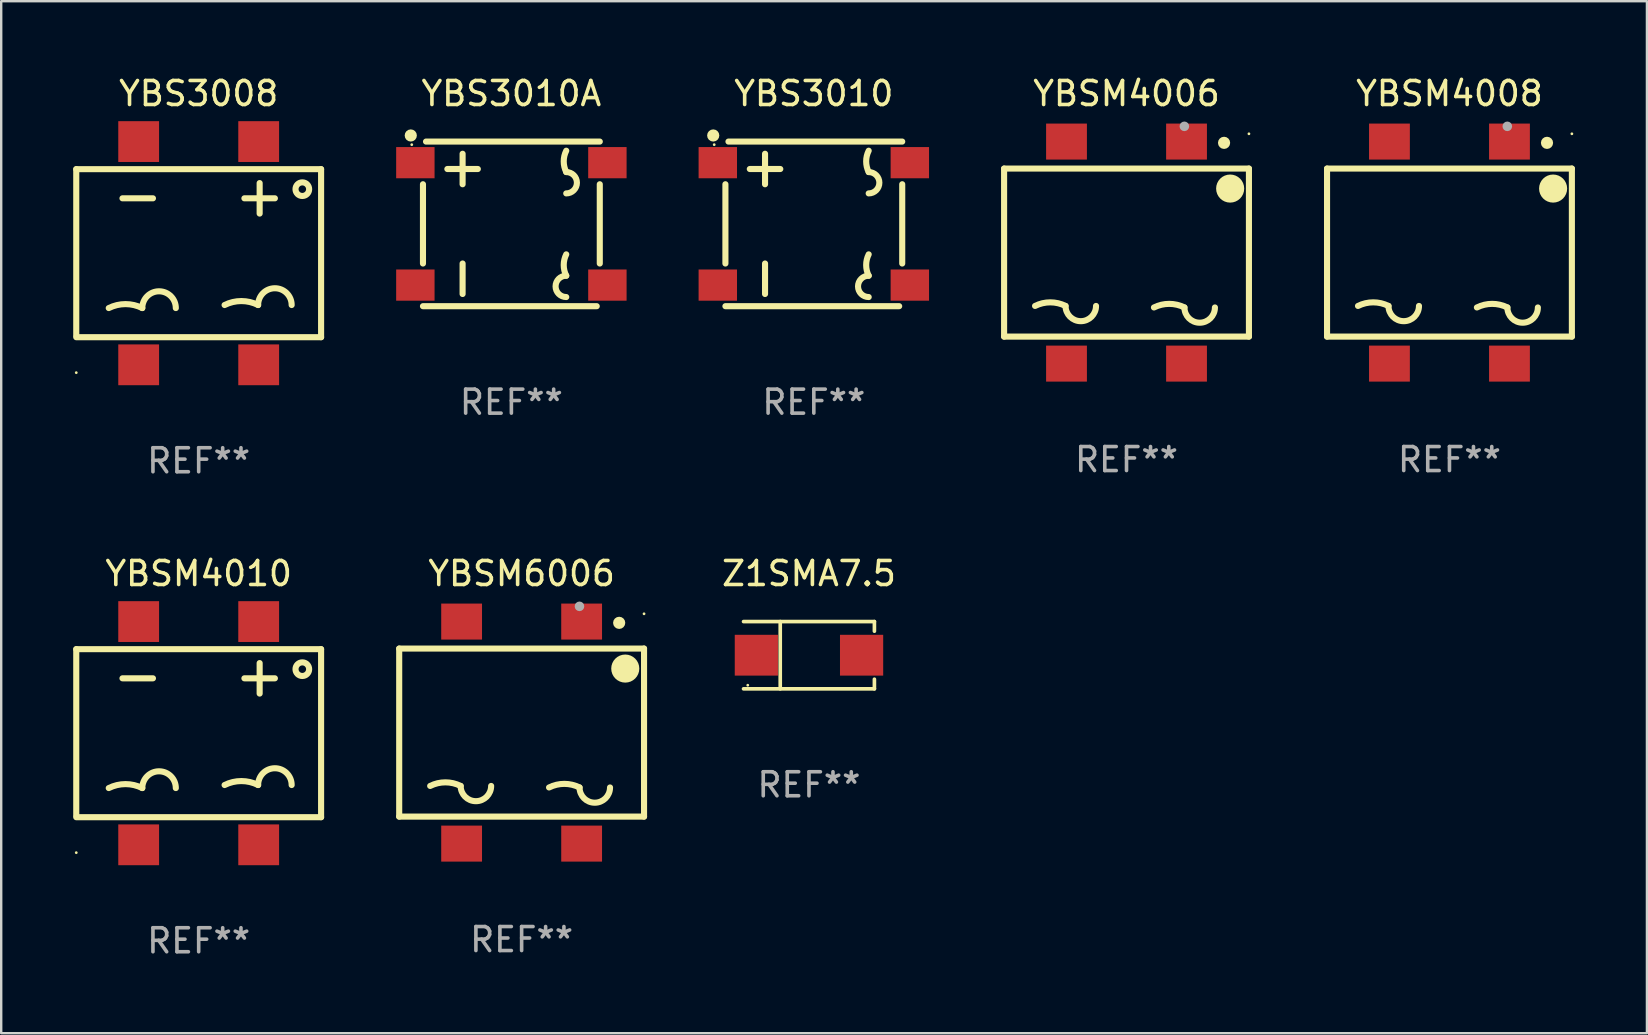
<source format=kicad_pcb>
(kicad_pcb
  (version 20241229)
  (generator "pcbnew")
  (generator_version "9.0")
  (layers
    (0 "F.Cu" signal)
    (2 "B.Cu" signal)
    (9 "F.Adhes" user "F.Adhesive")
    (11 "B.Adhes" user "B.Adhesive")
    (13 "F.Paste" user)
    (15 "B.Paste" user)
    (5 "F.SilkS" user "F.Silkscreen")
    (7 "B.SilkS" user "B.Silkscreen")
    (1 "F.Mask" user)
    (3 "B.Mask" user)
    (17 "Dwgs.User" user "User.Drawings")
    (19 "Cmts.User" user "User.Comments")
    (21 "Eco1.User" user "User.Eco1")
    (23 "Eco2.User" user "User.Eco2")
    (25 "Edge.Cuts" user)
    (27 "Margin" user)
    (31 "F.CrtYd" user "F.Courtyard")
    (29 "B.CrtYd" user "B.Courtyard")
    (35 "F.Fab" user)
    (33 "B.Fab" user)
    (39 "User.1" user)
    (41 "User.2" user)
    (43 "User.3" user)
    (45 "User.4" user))
  (footprint "Z1SMA7.5"
    (layer "F.Cu")
    (at 30.652 24.246)
    (property "Reference" "Z1SMA7.5" (at 0 -3.401 0) (layer "F.SilkS") (effects (font (size 1 1) (thickness 0.15))))
    (attr through_hole)
    (fp_line (start -2.726 -1.401) (end 2.726 -1.401) (stroke (width 0.152) (type solid)) (layer "F.SilkS"))
    (fp_line (start -2.726 1.401) (end 2.726 1.401) (stroke (width 0.152) (type solid)) (layer "F.SilkS"))
    (fp_line (start -1.197 -1.401) (end -1.197 1.401) (stroke (width 0.152) (type solid)) (layer "F.SilkS"))
    (fp_line (start 2.726 -1.401) (end 2.726 -1) (stroke (width 0.152) (type solid)) (layer "F.SilkS"))
    (fp_line (start 2.726 1.401) (end 2.726 1) (stroke (width 0.152) (type solid)) (layer "F.SilkS"))
    (fp_circle (center -2.55 1.25) (end -2.52 1.25) (stroke (width 0.06) (type solid)) (fill no) (layer "F.SilkS"))
    (fp_text user "REF**" (at 0 5.401 0) (layer "F.Fab") (effects (font (size 1 1) (thickness 0.15))))
    (pad "1" smd rect (at -2.192 0) (size 1.8 1.7) (layers "F.Cu" "F.Mask" "F.Paste"))
    (pad "2" smd rect (at 2.192 0) (size 1.8 1.7) (layers "F.Cu" "F.Mask" "F.Paste")))
  (footprint "YBS3010"
    (layer "F.Cu")
    (at 30.854 6.277)
    (property "Reference" "YBS3010" (at 0 -5.429 0) (layer "F.SilkS") (effects (font (size 1 1) (thickness 0.15))))
    (attr through_hole)
    (fp_line (start -3.683 1.651) (end -3.683 -1.651) (stroke (width 0.254) (type solid)) (layer "F.SilkS"))
    (fp_line (start -3.556 -3.429) (end 3.683 -3.429) (stroke (width 0.254) (type solid)) (layer "F.SilkS"))
    (fp_line (start -2.667 -2.286) (end -1.397 -2.286) (stroke (width 0.254) (type solid)) (layer "F.SilkS"))
    (fp_line (start -2.032 -1.651) (end -2.032 -2.921) (stroke (width 0.254) (type solid)) (layer "F.SilkS"))
    (fp_line (start -2.032 2.921) (end -2.032 1.651) (stroke (width 0.254) (type solid)) (layer "F.SilkS"))
    (fp_line (start 3.556 3.429) (end -3.683 3.429) (stroke (width 0.254) (type solid)) (layer "F.SilkS"))
    (fp_line (start 3.683 1.651) (end 3.683 -1.651) (stroke (width 0.254) (type solid)) (layer "F.SilkS"))
    (fp_arc (start 2.286005 -2.159005) (mid 2.181073 -2.603505) (end 2.286005 -3.048006) (stroke (width 0.254001) (type solid)) (layer "F.SilkS"))
    (fp_arc (start 2.286005 -2.159003) (mid 2.730505 -1.714503) (end 2.286005 -1.270003) (stroke (width 0.254001) (type solid)) (layer "F.SilkS"))
    (fp_arc (start 2.286005 2.159004) (mid 2.181072 1.714503) (end 2.286005 1.270003) (stroke (width 0.254001) (type solid)) (layer "F.SilkS"))
    (fp_arc (start 2.286005 3.048006) (mid 1.841504 2.603505) (end 2.286005 2.159004) (stroke (width 0.254001) (type solid)) (layer "F.SilkS"))
    (fp_circle (center -4.191 -3.683) (end -4.064 -3.683) (stroke (width 0.254) (type solid)) (fill no) (layer "F.SilkS"))
    (fp_circle (center -4.15 -3.3) (end -4.12 -3.3) (stroke (width 0.06) (type solid)) (fill no) (layer "F.SilkS"))
    (fp_text user "REF**" (at 0 7.429 0) (layer "F.Fab") (effects (font (size 1 1) (thickness 0.15))))
    (pad "1" smd rect (at -4 -2.55) (size 1.6 1.3) (layers "F.Cu" "F.Mask" "F.Paste"))
    (pad "2" smd rect (at 4 -2.55) (size 1.6 1.3) (layers "F.Cu" "F.Mask" "F.Paste"))
    (pad "3" smd rect (at -4 2.55) (size 1.6 1.3) (layers "F.Cu" "F.Mask" "F.Paste"))
    (pad "4" smd rect (at 4 2.55) (size 1.6 1.3) (layers "F.Cu" "F.Mask" "F.Paste")))
  (footprint "YBSM4006"
    (layer "F.Cu")
    (at 43.881 7.473)
    (property "Reference" "YBSM4006" (at 0 -6.625 0) (layer "F.SilkS") (effects (font (size 1 1) (thickness 0.15))))
    (attr through_hole)
    (fp_line (start -5.1 -3.5) (end -5.1 3.5) (stroke (width 0.254) (type solid)) (layer "F.SilkS"))
    (fp_line (start -5.1 -3.5) (end 5.1 -3.5) (stroke (width 0.254) (type solid)) (layer "F.SilkS"))
    (fp_line (start -5.1 3.5) (end 5.1 3.5) (stroke (width 0.254) (type solid)) (layer "F.SilkS"))
    (fp_line (start 5.1 -3.5) (end 5.1 3.5) (stroke (width 0.254) (type solid)) (layer "F.SilkS"))
    (fp_arc (start -3.810008 2.222454) (mid -3.175007 2.07255) (end -2.540006 2.222453) (stroke (width 0.254001) (type solid)) (layer "F.SilkS"))
    (fp_arc (start -1.270003 2.222454) (mid -1.905004 2.857455) (end -2.540005 2.222454) (stroke (width 0.254001) (type solid)) (layer "F.SilkS"))
    (fp_arc (start 1.143002 2.286005) (mid 1.778003 2.136101) (end 2.413004 2.286004) (stroke (width 0.254001) (type solid)) (layer "F.SilkS"))
    (fp_arc (start 3.683007 2.286005) (mid 3.048006 2.921006) (end 2.413005 2.286005) (stroke (width 0.254001) (type solid)) (layer "F.SilkS"))
    (fp_circle (center 4.064 -4.572) (end 4.191 -4.572) (stroke (width 0.254) (type solid)) (fill no) (layer "F.SilkS"))
    (fp_circle (center 4.318 -2.667) (end 4.445 -2.667) (stroke (width 0.254) (type solid)) (fill no) (layer "F.SilkS"))
    (fp_circle (center 4.318 -2.667) (end 4.602 -2.667) (stroke (width 0.254) (type solid)) (fill no) (layer "F.SilkS"))
    (fp_circle (center 4.318 -2.667) (end 4.776 -2.667) (stroke (width 0.254) (type solid)) (fill no) (layer "F.SilkS"))
    (fp_circle (center 5.1 -4.949) (end 5.13 -4.949) (stroke (width 0.06) (type solid)) (fill no) (layer "F.SilkS"))
    (fp_circle (center 2.41 -5.26) (end 2.51 -5.26) (stroke (width 0.2) (type solid)) (fill no) (layer "F.Fab"))
    (fp_text user "-" (at -3.302 -1.524 0) (layer "B.Mask") (effects (font (size 1 1) (thickness 0.15))))
    (fp_text user "+" (at 1.778 -1.524 0) (layer "B.Mask") (effects (font (size 1 1) (thickness 0.15))))
    (fp_text user "REF**" (at 0 8.625 0) (layer "F.Fab") (effects (font (size 1 1) (thickness 0.15))))
    (pad "1" smd rect (at 2.5 -4.625) (size 1.7 1.5) (layers "F.Cu" "F.Mask" "F.Paste"))
    (pad "2" smd rect (at -2.5 -4.625) (size 1.7 1.5) (layers "F.Cu" "F.Mask" "F.Paste"))
    (pad "3" smd rect (at -2.5 4.625) (size 1.7 1.5) (layers "F.Cu" "F.Mask" "F.Paste"))
    (pad "4" smd rect (at 2.5 4.625) (size 1.7 1.5) (layers "F.Cu" "F.Mask" "F.Paste")))
  (footprint "YBS3008"
    (layer "F.Cu")
    (at 5.227 7.498)
    (property "Reference" "YBS3008" (at 0 -6.65 0) (layer "F.SilkS") (effects (font (size 1 1) (thickness 0.15))))
    (attr through_hole)
    (fp_line (start -5.1 -3.5) (end -5.1 3.429) (stroke (width 0.254) (type solid)) (layer "F.SilkS"))
    (fp_line (start -5.1 -3.5) (end 5.1 -3.5) (stroke (width 0.254) (type solid)) (layer "F.SilkS"))
    (fp_line (start -3.175 -2.286) (end -1.905 -2.286) (stroke (width 0.254) (type solid)) (layer "F.SilkS"))
    (fp_line (start 1.905 -2.286) (end 3.175 -2.286) (stroke (width 0.254) (type solid)) (layer "F.SilkS"))
    (fp_line (start 2.54 -1.651) (end 2.54 -2.921) (stroke (width 0.254) (type solid)) (layer "F.SilkS"))
    (fp_line (start 5.1 -3.5) (end 5.1 3.5) (stroke (width 0.254) (type solid)) (layer "F.SilkS"))
    (fp_line (start 5.1 3.5) (end -5.1 3.5) (stroke (width 0.254) (type solid)) (layer "F.SilkS"))
    (fp_arc (start -3.746495 2.286055) (mid -3.047993 2.121161) (end -2.349492 2.286055) (stroke (width 0.254001) (type solid)) (layer "F.SilkS"))
    (fp_arc (start -2.349493 2.286055) (mid -1.650991 1.587553) (end -0.952489 2.286055) (stroke (width 0.254001) (type solid)) (layer "F.SilkS"))
    (fp_arc (start 1.079515 2.159055) (mid 1.778016 1.994161) (end 2.476518 2.159055) (stroke (width 0.254001) (type solid)) (layer "F.SilkS"))
    (fp_arc (start 2.476518 2.159055) (mid 3.175019 1.460554) (end 3.87352 2.159055) (stroke (width 0.254001) (type solid)) (layer "F.SilkS"))
    (fp_circle (center -5.1 4.977) (end -5.07 4.977) (stroke (width 0.06) (type solid)) (fill no) (layer "F.SilkS"))
    (fp_circle (center 4.318 -2.667) (end 4.602 -2.667) (stroke (width 0.254) (type solid)) (fill no) (layer "F.SilkS"))
    (fp_text user "REF**" (at 0 8.65 0) (layer "F.Fab") (effects (font (size 1 1) (thickness 0.15))))
    (pad "1" smd rect (at -2.5 4.65) (size 1.7 1.7) (layers "F.Cu" "F.Mask" "F.Paste"))
    (pad "2" smd rect (at 2.5 4.65) (size 1.7 1.7) (layers "F.Cu" "F.Mask" "F.Paste"))
    (pad "3" smd rect (at 2.5 -4.65) (size 1.7 1.7) (layers "F.Cu" "F.Mask" "F.Paste"))
    (pad "4" smd rect (at -2.5 -4.65) (size 1.7 1.7) (layers "F.Cu" "F.Mask" "F.Paste")))
  (footprint "YBSM4008"
    (layer "F.Cu")
    (at 57.335 7.473)
    (property "Reference" "YBSM4008" (at 0 -6.625 0) (layer "F.SilkS") (effects (font (size 1 1) (thickness 0.15))))
    (attr through_hole)
    (fp_line (start -5.1 -3.5) (end -5.1 3.5) (stroke (width 0.254) (type solid)) (layer "F.SilkS"))
    (fp_line (start -5.1 -3.5) (end 5.1 -3.5) (stroke (width 0.254) (type solid)) (layer "F.SilkS"))
    (fp_line (start -5.1 3.5) (end 5.1 3.5) (stroke (width 0.254) (type solid)) (layer "F.SilkS"))
    (fp_line (start 5.1 -3.5) (end 5.1 3.5) (stroke (width 0.254) (type solid)) (layer "F.SilkS"))
    (fp_arc (start -3.810008 2.222454) (mid -3.175007 2.07255) (end -2.540006 2.222453) (stroke (width 0.254001) (type solid)) (layer "F.SilkS"))
    (fp_arc (start -1.270003 2.222454) (mid -1.905004 2.857455) (end -2.540005 2.222454) (stroke (width 0.254001) (type solid)) (layer "F.SilkS"))
    (fp_arc (start 1.143002 2.286005) (mid 1.778003 2.136101) (end 2.413004 2.286004) (stroke (width 0.254001) (type solid)) (layer "F.SilkS"))
    (fp_arc (start 3.683007 2.286005) (mid 3.048006 2.921006) (end 2.413005 2.286005) (stroke (width 0.254001) (type solid)) (layer "F.SilkS"))
    (fp_circle (center 4.064 -4.572) (end 4.191 -4.572) (stroke (width 0.254) (type solid)) (fill no) (layer "F.SilkS"))
    (fp_circle (center 4.318 -2.667) (end 4.445 -2.667) (stroke (width 0.254) (type solid)) (fill no) (layer "F.SilkS"))
    (fp_circle (center 4.318 -2.667) (end 4.602 -2.667) (stroke (width 0.254) (type solid)) (fill no) (layer "F.SilkS"))
    (fp_circle (center 4.318 -2.667) (end 4.776 -2.667) (stroke (width 0.254) (type solid)) (fill no) (layer "F.SilkS"))
    (fp_circle (center 5.1 -4.949) (end 5.13 -4.949) (stroke (width 0.06) (type solid)) (fill no) (layer "F.SilkS"))
    (fp_circle (center 2.41 -5.26) (end 2.51 -5.26) (stroke (width 0.2) (type solid)) (fill no) (layer "F.Fab"))
    (fp_text user "-" (at -3.302 -1.524 0) (layer "B.Mask") (effects (font (size 1 1) (thickness 0.15))))
    (fp_text user "+" (at 1.778 -1.524 0) (layer "B.Mask") (effects (font (size 1 1) (thickness 0.15))))
    (fp_text user "REF**" (at 0 8.625 0) (layer "F.Fab") (effects (font (size 1 1) (thickness 0.15))))
    (pad "1" smd rect (at 2.5 -4.625) (size 1.7 1.5) (layers "F.Cu" "F.Mask" "F.Paste"))
    (pad "2" smd rect (at -2.5 -4.625) (size 1.7 1.5) (layers "F.Cu" "F.Mask" "F.Paste"))
    (pad "3" smd rect (at -2.5 4.625) (size 1.7 1.5) (layers "F.Cu" "F.Mask" "F.Paste"))
    (pad "4" smd rect (at 2.5 4.625) (size 1.7 1.5) (layers "F.Cu" "F.Mask" "F.Paste")))
  (footprint "YBS3010A"
    (layer "F.Cu")
    (at 18.254 6.277)
    (property "Reference" "YBS3010A" (at 0 -5.429 0) (layer "F.SilkS") (effects (font (size 1 1) (thickness 0.15))))
    (attr through_hole)
    (fp_line (start -3.683 1.651) (end -3.683 -1.651) (stroke (width 0.254) (type solid)) (layer "F.SilkS"))
    (fp_line (start -3.556 -3.429) (end 3.683 -3.429) (stroke (width 0.254) (type solid)) (layer "F.SilkS"))
    (fp_line (start -2.667 -2.286) (end -1.397 -2.286) (stroke (width 0.254) (type solid)) (layer "F.SilkS"))
    (fp_line (start -2.032 -1.651) (end -2.032 -2.921) (stroke (width 0.254) (type solid)) (layer "F.SilkS"))
    (fp_line (start -2.032 2.921) (end -2.032 1.651) (stroke (width 0.254) (type solid)) (layer "F.SilkS"))
    (fp_line (start 3.556 3.429) (end -3.683 3.429) (stroke (width 0.254) (type solid)) (layer "F.SilkS"))
    (fp_line (start 3.683 1.651) (end 3.683 -1.651) (stroke (width 0.254) (type solid)) (layer "F.SilkS"))
    (fp_arc (start 2.286005 -2.159005) (mid 2.181073 -2.603505) (end 2.286005 -3.048006) (stroke (width 0.254001) (type solid)) (layer "F.SilkS"))
    (fp_arc (start 2.286005 -2.159003) (mid 2.730505 -1.714503) (end 2.286005 -1.270003) (stroke (width 0.254001) (type solid)) (layer "F.SilkS"))
    (fp_arc (start 2.286005 2.159004) (mid 2.181072 1.714503) (end 2.286005 1.270003) (stroke (width 0.254001) (type solid)) (layer "F.SilkS"))
    (fp_arc (start 2.286005 3.048006) (mid 1.841504 2.603505) (end 2.286005 2.159004) (stroke (width 0.254001) (type solid)) (layer "F.SilkS"))
    (fp_circle (center -4.191 -3.683) (end -4.064 -3.683) (stroke (width 0.254) (type solid)) (fill no) (layer "F.SilkS"))
    (fp_circle (center -4.15 -3.3) (end -4.12 -3.3) (stroke (width 0.06) (type solid)) (fill no) (layer "F.SilkS"))
    (fp_text user "REF**" (at 0 7.429 0) (layer "F.Fab") (effects (font (size 1 1) (thickness 0.15))))
    (pad "1" smd rect (at -4 -2.55) (size 1.6 1.3) (layers "F.Cu" "F.Mask" "F.Paste"))
    (pad "2" smd rect (at 4 -2.55) (size 1.6 1.3) (layers "F.Cu" "F.Mask" "F.Paste"))
    (pad "3" smd rect (at -4 2.55) (size 1.6 1.3) (layers "F.Cu" "F.Mask" "F.Paste"))
    (pad "4" smd rect (at 4 2.55) (size 1.6 1.3) (layers "F.Cu" "F.Mask" "F.Paste")))
  (footprint "YBSM6006"
    (layer "F.Cu")
    (at 18.681 27.47)
    (property "Reference" "YBSM6006" (at 0 -6.625 0) (layer "F.SilkS") (effects (font (size 1 1) (thickness 0.15))))
    (attr through_hole)
    (fp_line (start -5.1 -3.5) (end -5.1 3.5) (stroke (width 0.254) (type solid)) (layer "F.SilkS"))
    (fp_line (start -5.1 -3.5) (end 5.1 -3.5) (stroke (width 0.254) (type solid)) (layer "F.SilkS"))
    (fp_line (start -5.1 3.5) (end 5.1 3.5) (stroke (width 0.254) (type solid)) (layer "F.SilkS"))
    (fp_line (start 5.1 -3.5) (end 5.1 3.5) (stroke (width 0.254) (type solid)) (layer "F.SilkS"))
    (fp_arc (start -3.810008 2.222454) (mid -3.175007 2.07255) (end -2.540006 2.222453) (stroke (width 0.254001) (type solid)) (layer "F.SilkS"))
    (fp_arc (start -1.270003 2.222454) (mid -1.905004 2.857455) (end -2.540005 2.222454) (stroke (width 0.254001) (type solid)) (layer "F.SilkS"))
    (fp_arc (start 1.143002 2.286005) (mid 1.778003 2.136101) (end 2.413004 2.286004) (stroke (width 0.254001) (type solid)) (layer "F.SilkS"))
    (fp_arc (start 3.683007 2.286005) (mid 3.048006 2.921006) (end 2.413005 2.286005) (stroke (width 0.254001) (type solid)) (layer "F.SilkS"))
    (fp_circle (center 4.064 -4.572) (end 4.191 -4.572) (stroke (width 0.254) (type solid)) (fill no) (layer "F.SilkS"))
    (fp_circle (center 4.318 -2.667) (end 4.445 -2.667) (stroke (width 0.254) (type solid)) (fill no) (layer "F.SilkS"))
    (fp_circle (center 4.318 -2.667) (end 4.602 -2.667) (stroke (width 0.254) (type solid)) (fill no) (layer "F.SilkS"))
    (fp_circle (center 4.318 -2.667) (end 4.776 -2.667) (stroke (width 0.254) (type solid)) (fill no) (layer "F.SilkS"))
    (fp_circle (center 5.1 -4.949) (end 5.13 -4.949) (stroke (width 0.06) (type solid)) (fill no) (layer "F.SilkS"))
    (fp_circle (center 2.41 -5.26) (end 2.51 -5.26) (stroke (width 0.2) (type solid)) (fill no) (layer "F.Fab"))
    (fp_text user "+" (at 1.778 -1.524 0) (layer "B.Mask") (effects (font (size 1 1) (thickness 0.15))))
    (fp_text user "-" (at -3.302 -1.524 0) (layer "B.Mask") (effects (font (size 1 1) (thickness 0.15))))
    (fp_text user "REF**" (at 0 8.625 0) (layer "F.Fab") (effects (font (size 1 1) (thickness 0.15))))
    (pad "1" smd rect (at 2.5 -4.625) (size 1.7 1.5) (layers "F.Cu" "F.Mask" "F.Paste"))
    (pad "2" smd rect (at -2.5 -4.625) (size 1.7 1.5) (layers "F.Cu" "F.Mask" "F.Paste"))
    (pad "3" smd rect (at -2.5 4.625) (size 1.7 1.5) (layers "F.Cu" "F.Mask" "F.Paste"))
    (pad "4" smd rect (at 2.5 4.625) (size 1.7 1.5) (layers "F.Cu" "F.Mask" "F.Paste")))
  (footprint "YBSM4010"
    (layer "F.Cu")
    (at 5.227 27.495)
    (property "Reference" "YBSM4010" (at 0 -6.65 0) (layer "F.SilkS") (effects (font (size 1 1) (thickness 0.15))))
    (attr through_hole)
    (fp_line (start -5.1 -3.5) (end -5.1 3.429) (stroke (width 0.254) (type solid)) (layer "F.SilkS"))
    (fp_line (start -5.1 -3.5) (end 5.1 -3.5) (stroke (width 0.254) (type solid)) (layer "F.SilkS"))
    (fp_line (start -3.175 -2.286) (end -1.905 -2.286) (stroke (width 0.254) (type solid)) (layer "F.SilkS"))
    (fp_line (start 1.905 -2.286) (end 3.175 -2.286) (stroke (width 0.254) (type solid)) (layer "F.SilkS"))
    (fp_line (start 2.54 -1.651) (end 2.54 -2.921) (stroke (width 0.254) (type solid)) (layer "F.SilkS"))
    (fp_line (start 5.1 -3.5) (end 5.1 3.5) (stroke (width 0.254) (type solid)) (layer "F.SilkS"))
    (fp_line (start 5.1 3.5) (end -5.1 3.5) (stroke (width 0.254) (type solid)) (layer "F.SilkS"))
    (fp_arc (start -3.746495 2.286055) (mid -3.047993 2.121161) (end -2.349492 2.286055) (stroke (width 0.254001) (type solid)) (layer "F.SilkS"))
    (fp_arc (start -2.349493 2.286055) (mid -1.650991 1.587553) (end -0.952489 2.286055) (stroke (width 0.254001) (type solid)) (layer "F.SilkS"))
    (fp_arc (start 1.079515 2.159055) (mid 1.778016 1.994161) (end 2.476518 2.159055) (stroke (width 0.254001) (type solid)) (layer "F.SilkS"))
    (fp_arc (start 2.476518 2.159055) (mid 3.175019 1.460554) (end 3.87352 2.159055) (stroke (width 0.254001) (type solid)) (layer "F.SilkS"))
    (fp_circle (center -5.1 4.977) (end -5.07 4.977) (stroke (width 0.06) (type solid)) (fill no) (layer "F.SilkS"))
    (fp_circle (center 4.318 -2.667) (end 4.602 -2.667) (stroke (width 0.254) (type solid)) (fill no) (layer "F.SilkS"))
    (fp_text user "REF**" (at 0 8.65 0) (layer "F.Fab") (effects (font (size 1 1) (thickness 0.15))))
    (pad "1" smd rect (at -2.5 4.65) (size 1.7 1.7) (layers "F.Cu" "F.Mask" "F.Paste"))
    (pad "2" smd rect (at 2.5 4.65) (size 1.7 1.7) (layers "F.Cu" "F.Mask" "F.Paste"))
    (pad "3" smd rect (at 2.5 -4.65) (size 1.7 1.7) (layers "F.Cu" "F.Mask" "F.Paste"))
    (pad "4" smd rect (at -2.5 -4.65) (size 1.7 1.7) (layers "F.Cu" "F.Mask" "F.Paste")))
  (gr_rect
    (start -3 -3)
    (end 65.562 39.993)
    (stroke (width 0.1) (type default))
    (fill no)
    (layer "Edge.Cuts")))
</source>
